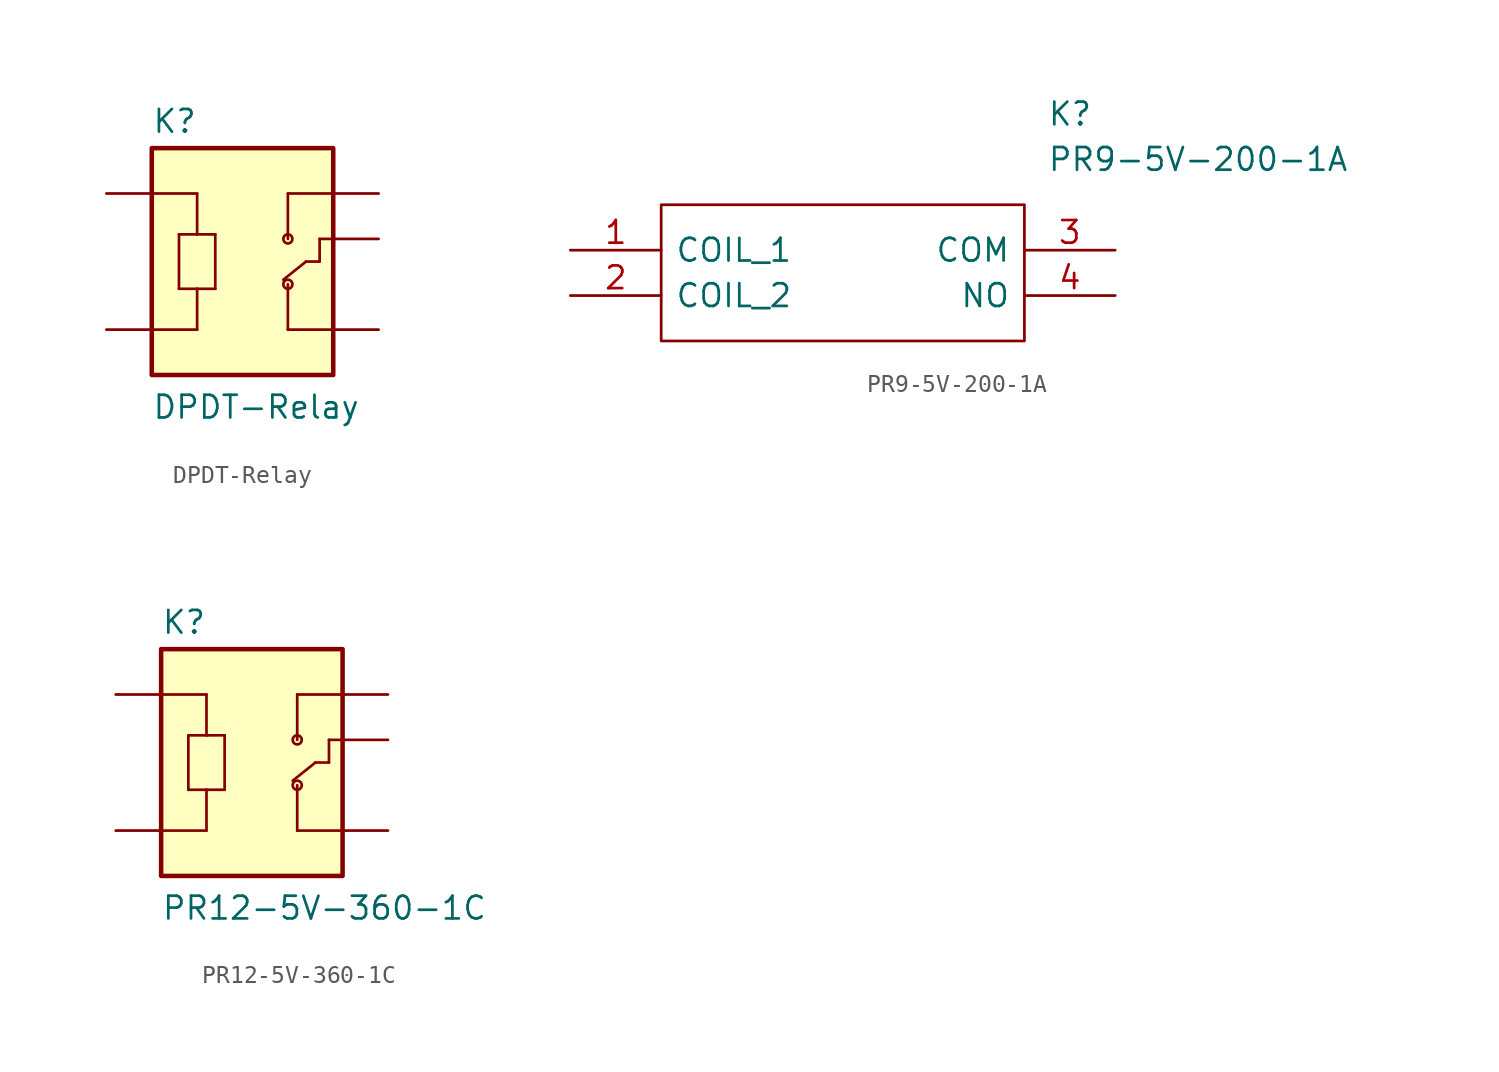
<source format=kicad_sym>
(kicad_symbol_lib
  (version 20211014)
  (generator kicad_symbol_editor)
  (symbol "DPDT-Relay"
    (pin_numbers hide)
    (pin_names
      (offset 1.016) hide)
    (property "Reference" "K"
      (at -5.08 5.842 0)
      (effects (font (size 1.27 1.27)) (justify left bottom)))
    (property "Value" "DPDT-Relay"
      (at -5.08 -10.16 0)
      (effects (font (size 1.27 1.27)) (justify left bottom)))
    (property "ki_locked" ""
      (at 0 0 0)
      (effects (font (size 1.27 1.27))))
    (symbol "DPDT-Relay_0_0"
      (rectangle (start -5.08 -7.62) (end 5.08 5.08) (stroke (width 0.254) (type default) (color 0 0 0 0)) (fill (type background)))
      (polyline (pts (xy -5.08 2.54) (xy -2.54 2.54)) (stroke (width 0.152) (type default) (color 0 0 0 0)) (fill (type none)))
      (polyline (pts (xy -3.556 -2.794) (xy -2.54 -2.794)) (stroke (width 0.152) (type default) (color 0 0 0 0)) (fill (type none)))
      (polyline (pts (xy -3.556 0.254) (xy -3.556 -2.794)) (stroke (width 0.152) (type default) (color 0 0 0 0)) (fill (type none)))
      (polyline (pts (xy -2.54 -5.08) (xy -5.08 -5.08)) (stroke (width 0.152) (type default) (color 0 0 0 0)) (fill (type none)))
      (polyline (pts (xy -2.54 -2.794) (xy -2.54 -5.08)) (stroke (width 0.152) (type default) (color 0 0 0 0)) (fill (type none)))
      (polyline (pts (xy -2.54 -2.794) (xy -1.524 -2.794)) (stroke (width 0.152) (type default) (color 0 0 0 0)) (fill (type none)))
      (polyline (pts (xy -2.54 0.254) (xy -3.556 0.254)) (stroke (width 0.152) (type default) (color 0 0 0 0)) (fill (type none)))
      (polyline (pts (xy -2.54 2.54) (xy -2.54 0.254)) (stroke (width 0.152) (type default) (color 0 0 0 0)) (fill (type none)))
      (polyline (pts (xy -1.524 -2.794) (xy -1.524 0.254)) (stroke (width 0.152) (type default) (color 0 0 0 0)) (fill (type none)))
      (polyline (pts (xy -1.524 0.254) (xy -2.54 0.254)) (stroke (width 0.152) (type default) (color 0 0 0 0)) (fill (type none)))
      (polyline (pts (xy 2.54 -5.08) (xy 5.08 -5.08)) (stroke (width 0.152) (type default) (color 0 0 0 0)) (fill (type none)))
      (polyline (pts (xy 2.54 -2.54) (xy 2.54 -5.08)) (stroke (width 0.152) (type default) (color 0 0 0 0)) (fill (type none)))
      (polyline (pts (xy 2.54 2.54) (xy 2.54 0)) (stroke (width 0.152) (type default) (color 0 0 0 0)) (fill (type none)))
      (polyline (pts (xy 3.556 -1.27) (xy 2.286 -2.286)) (stroke (width 0.152) (type default) (color 0 0 0 0)) (fill (type none)))
      (polyline (pts (xy 3.556 -1.27) (xy 4.318 -1.27)) (stroke (width 0.152) (type default) (color 0 0 0 0)) (fill (type none)))
      (polyline (pts (xy 4.318 -1.27) (xy 4.318 0)) (stroke (width 0.152) (type default) (color 0 0 0 0)) (fill (type none)))
      (polyline (pts (xy 4.318 0) (xy 5.08 0)) (stroke (width 0.152) (type default) (color 0 0 0 0)) (fill (type none)))
      (polyline (pts (xy 5.08 2.54) (xy 2.54 2.54)) (stroke (width 0.152) (type default) (color 0 0 0 0)) (fill (type none)))
      (circle (center 2.54 -2.54) (radius 0.254) (stroke (width 0.152) (type default) (color 0 0 0 0)) (fill (type none)))
      (circle (center 2.54 0) (radius 0.254) (stroke (width 0.152) (type default) (color 0 0 0 0)) (fill (type none)))
      (pin passive line (at -7.62 2.54 0) (length 2.54) (name "~" (effects (font (size 1.016 1.016)))) (number "A1" (effects (font (size 1.016 1.016)))))
      (pin passive line (at -7.62 -5.08 0) (length 2.54) (name "~" (effects (font (size 1.016 1.016)))) (number "A2" (effects (font (size 1.016 1.016)))))
      (pin passive line (at 7.62 0 180) (length 2.54) (name "~" (effects (font (size 1.016 1.016)))) (number "COM" (effects (font (size 1.016 1.016)))))
      (pin passive line (at 7.62 -5.08 180) (length 2.54) (name "~" (effects (font (size 1.016 1.016)))) (number "NC" (effects (font (size 1.016 1.016)))))
      (pin passive line (at 7.62 2.54 180) (length 2.54) (name "~" (effects (font (size 1.016 1.016)))) (number "NO" (effects (font (size 1.016 1.016)))))))
  (symbol "PR9-5V-200-1A"
    (pin_names
      (offset 0.762))
    (property "Reference" "K"
      (at 26.67 7.62 0)
      (effects (font (size 1.27 1.27)) (justify left)))
    (property "Value" "PR9-5V-200-1A"
      (at 26.67 5.08 0)
      (effects (font (size 1.27 1.27)) (justify left)))
    (symbol "PR9-5V-200-1A_0_0"
      (pin passive line (at 0 0 0) (length 5.08) (name "COIL_1" (effects (font (size 1.27 1.27)))) (number "1" (effects (font (size 1.27 1.27)))))
      (pin passive line (at 0 -2.54 0) (length 5.08) (name "COIL_2" (effects (font (size 1.27 1.27)))) (number "2" (effects (font (size 1.27 1.27)))))
      (pin passive line (at 30.48 0 180) (length 5.08) (name "COM" (effects (font (size 1.27 1.27)))) (number "3" (effects (font (size 1.27 1.27)))))
      (pin passive line (at 30.48 -2.54 180) (length 5.08) (name "NO" (effects (font (size 1.27 1.27)))) (number "4" (effects (font (size 1.27 1.27))))))
    (symbol "PR9-5V-200-1A_0_1"
      (polyline (pts (xy 5.08 2.54) (xy 25.4 2.54) (xy 25.4 -5.08) (xy 5.08 -5.08) (xy 5.08 2.54)) (stroke (width 0.152) (type default) (color 0 0 0 0)) (fill (type none)))))
  (symbol "PR12-5V-360-1C"
    (pin_numbers hide)
    (pin_names
      (offset 1.016) hide)
    (property "Reference" "K"
      (at -5.08 5.842 0)
      (effects (font (size 1.27 1.27)) (justify left bottom)))
    (property "Value" "PR12-5V-360-1C"
      (at -5.08 -10.16 0)
      (effects (font (size 1.27 1.27)) (justify left bottom)))
    (property "ki_locked" ""
      (at 0 0 0)
      (effects (font (size 1.27 1.27))))
    (symbol "PR12-5V-360-1C_0_0"
      (rectangle (start -5.08 -7.62) (end 5.08 5.08) (stroke (width 0.254) (type default) (color 0 0 0 0)) (fill (type background)))
      (polyline (pts (xy -5.08 2.54) (xy -2.54 2.54)) (stroke (width 0.152) (type default) (color 0 0 0 0)) (fill (type none)))
      (polyline (pts (xy -3.556 -2.794) (xy -2.54 -2.794)) (stroke (width 0.152) (type default) (color 0 0 0 0)) (fill (type none)))
      (polyline (pts (xy -3.556 0.254) (xy -3.556 -2.794)) (stroke (width 0.152) (type default) (color 0 0 0 0)) (fill (type none)))
      (polyline (pts (xy -2.54 -5.08) (xy -5.08 -5.08)) (stroke (width 0.152) (type default) (color 0 0 0 0)) (fill (type none)))
      (polyline (pts (xy -2.54 -2.794) (xy -2.54 -5.08)) (stroke (width 0.152) (type default) (color 0 0 0 0)) (fill (type none)))
      (polyline (pts (xy -2.54 -2.794) (xy -1.524 -2.794)) (stroke (width 0.152) (type default) (color 0 0 0 0)) (fill (type none)))
      (polyline (pts (xy -2.54 0.254) (xy -3.556 0.254)) (stroke (width 0.152) (type default) (color 0 0 0 0)) (fill (type none)))
      (polyline (pts (xy -2.54 2.54) (xy -2.54 0.254)) (stroke (width 0.152) (type default) (color 0 0 0 0)) (fill (type none)))
      (polyline (pts (xy -1.524 -2.794) (xy -1.524 0.254)) (stroke (width 0.152) (type default) (color 0 0 0 0)) (fill (type none)))
      (polyline (pts (xy -1.524 0.254) (xy -2.54 0.254)) (stroke (width 0.152) (type default) (color 0 0 0 0)) (fill (type none)))
      (polyline (pts (xy 2.54 -5.08) (xy 5.08 -5.08)) (stroke (width 0.152) (type default) (color 0 0 0 0)) (fill (type none)))
      (polyline (pts (xy 2.54 -2.54) (xy 2.54 -5.08)) (stroke (width 0.152) (type default) (color 0 0 0 0)) (fill (type none)))
      (polyline (pts (xy 2.54 2.54) (xy 2.54 0)) (stroke (width 0.152) (type default) (color 0 0 0 0)) (fill (type none)))
      (polyline (pts (xy 3.556 -1.27) (xy 2.286 -2.286)) (stroke (width 0.152) (type default) (color 0 0 0 0)) (fill (type none)))
      (polyline (pts (xy 3.556 -1.27) (xy 4.318 -1.27)) (stroke (width 0.152) (type default) (color 0 0 0 0)) (fill (type none)))
      (polyline (pts (xy 4.318 -1.27) (xy 4.318 0)) (stroke (width 0.152) (type default) (color 0 0 0 0)) (fill (type none)))
      (polyline (pts (xy 4.318 0) (xy 5.08 0)) (stroke (width 0.152) (type default) (color 0 0 0 0)) (fill (type none)))
      (polyline (pts (xy 5.08 2.54) (xy 2.54 2.54)) (stroke (width 0.152) (type default) (color 0 0 0 0)) (fill (type none)))
      (circle (center 2.54 -2.54) (radius 0.254) (stroke (width 0.152) (type default) (color 0 0 0 0)) (fill (type none)))
      (circle (center 2.54 0) (radius 0.254) (stroke (width 0.152) (type default) (color 0 0 0 0)) (fill (type none)))
      (pin passive line (at -7.62 2.54 0) (length 2.54) (name "Coil_1" (effects (font (size 1.016 1.016)))) (number "A1" (effects (font (size 1.016 1.016)))))
      (pin passive line (at -7.62 -5.08 0) (length 2.54) (name "Coil_2" (effects (font (size 1.016 1.016)))) (number "A2" (effects (font (size 1.016 1.016)))))
      (pin passive line (at 7.62 0 180) (length 2.54) (name "COM" (effects (font (size 1.016 1.016)))) (number "COM" (effects (font (size 1.016 1.016)))))
      (pin passive line (at 7.62 -5.08 180) (length 2.54) (name "NC" (effects (font (size 1.016 1.016)))) (number "NC" (effects (font (size 1.016 1.016)))))
      (pin passive line (at 7.62 2.54 180) (length 2.54) (name "NO" (effects (font (size 1.016 1.016)))) (number "NO" (effects (font (size 1.016 1.016))))))))
</source>
